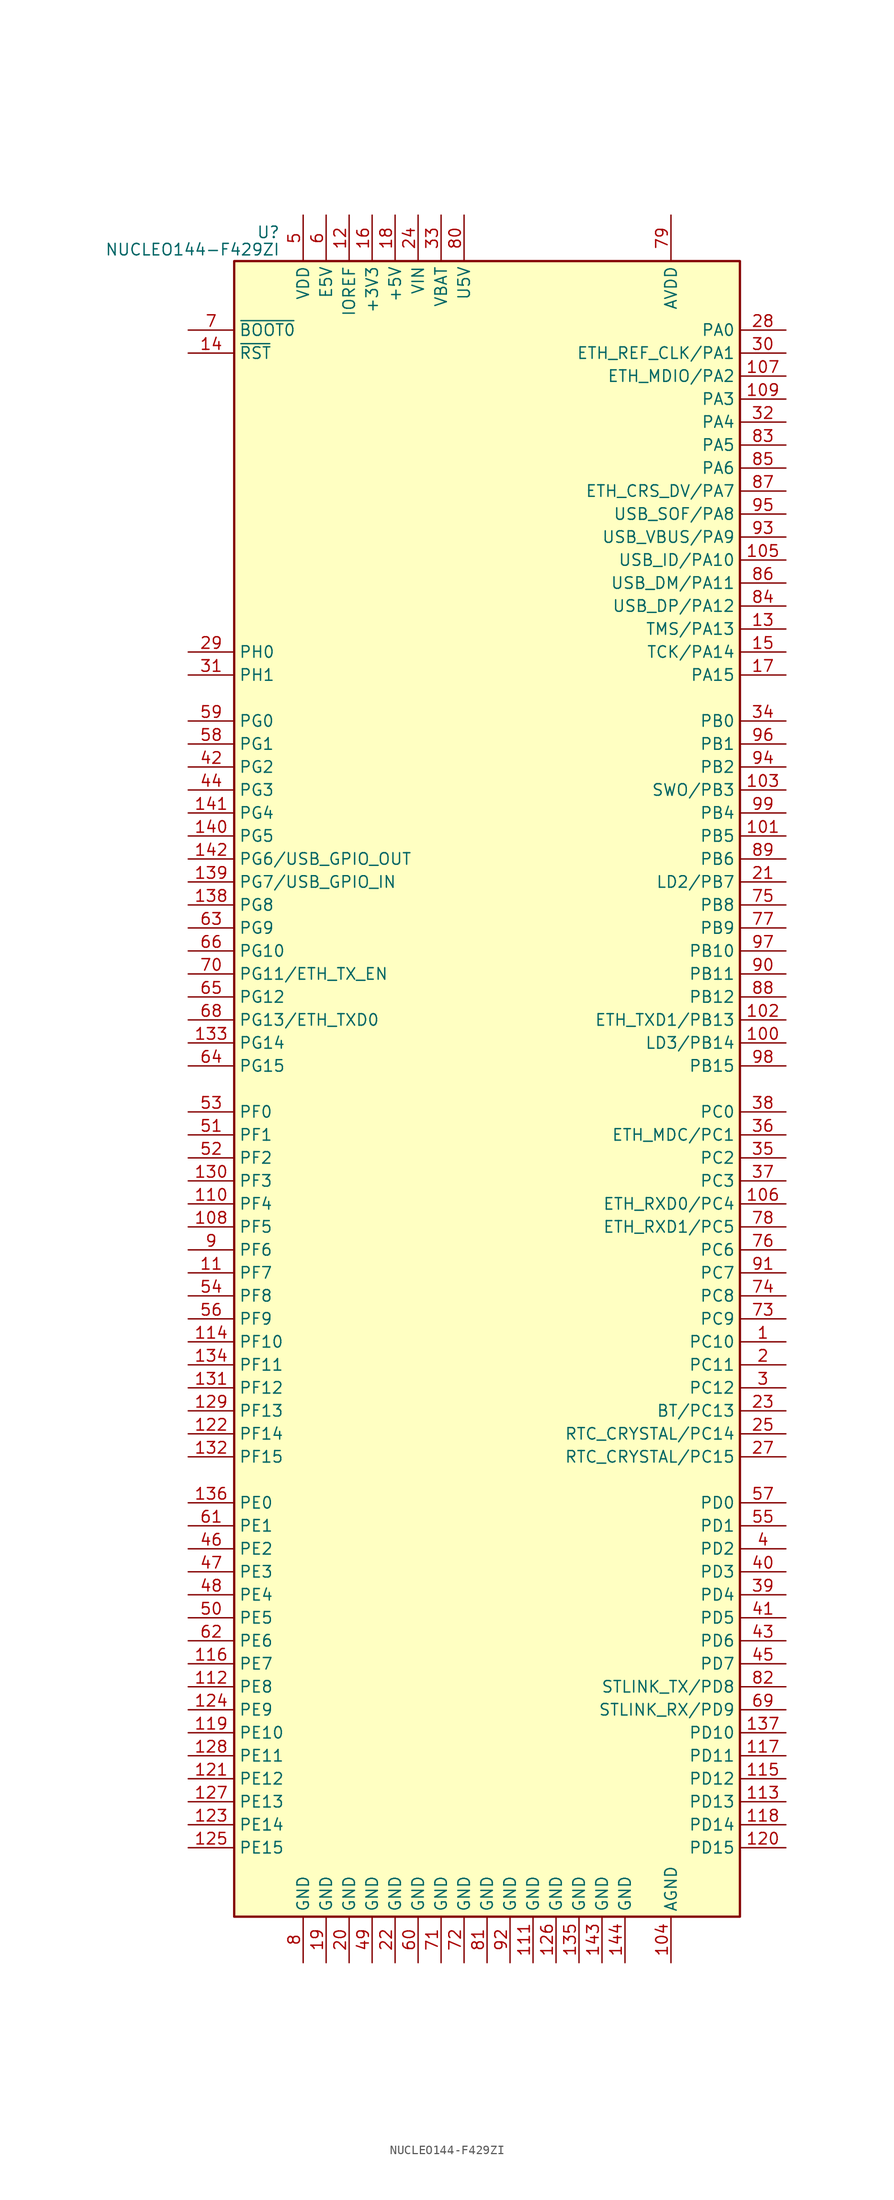
<source format=kicad_sym>
(kicad_symbol_lib
  (version 20231120)
  (generator "kicad_symbol_editor")
  (generator_version "8.0")
  (symbol "NUCLEO144-F429ZI"
    (property "Reference" "U"
      (at -22.86 94.615 0)
      (effects (font (size 1.27 1.27)) (justify right)))
    (property "Value" "NUCLEO144-F429ZI"
      (at -22.86 92.71 0)
      (effects (font (size 1.27 1.27)) (justify right)))
    (symbol "NUCLEO144-F429ZI_0_1"
      (rectangle (start -27.94 -91.44) (end 27.94 91.44) (stroke (width 0.254) (type default)) (fill (type background))))
    (symbol "NUCLEO144-F429ZI_1_1"
      (pin bidirectional line (at 33.02 -27.94 180) (length 5.08) (name "PC10" (effects (font (size 1.27 1.27)))) (number "1" (effects (font (size 1.27 1.27)))))
      (pin no_connect line (at -27.94 55.88 0) (length 5.08) hide (name "NC" (effects (font (size 1.27 1.27)))) (number "10" (effects (font (size 1.27 1.27)))))
      (pin bidirectional line (at 33.02 5.08 180) (length 5.08) (name "LD3/PB14" (effects (font (size 1.27 1.27)))) (number "100" (effects (font (size 1.27 1.27)))))
      (pin bidirectional line (at 33.02 27.94 180) (length 5.08) (name "PB5" (effects (font (size 1.27 1.27)))) (number "101" (effects (font (size 1.27 1.27)))))
      (pin bidirectional line (at 33.02 7.62 180) (length 5.08) (name "ETH_TXD1/PB13" (effects (font (size 1.27 1.27)))) (number "102" (effects (font (size 1.27 1.27)))))
      (pin bidirectional line (at 33.02 33.02 180) (length 5.08) (name "SWO/PB3" (effects (font (size 1.27 1.27)))) (number "103" (effects (font (size 1.27 1.27)))))
      (pin power_in line (at 20.32 -96.52 90) (length 5.08) (name "AGND" (effects (font (size 1.27 1.27)))) (number "104" (effects (font (size 1.27 1.27)))))
      (pin bidirectional line (at 33.02 58.42 180) (length 5.08) (name "USB_ID/PA10" (effects (font (size 1.27 1.27)))) (number "105" (effects (font (size 1.27 1.27)))))
      (pin bidirectional line (at 33.02 -12.7 180) (length 5.08) (name "ETH_RXD0/PC4" (effects (font (size 1.27 1.27)))) (number "106" (effects (font (size 1.27 1.27)))))
      (pin bidirectional line (at 33.02 78.74 180) (length 5.08) (name "ETH_MDIO/PA2" (effects (font (size 1.27 1.27)))) (number "107" (effects (font (size 1.27 1.27)))))
      (pin bidirectional line (at -33.02 -15.24 0) (length 5.08) (name "PF5" (effects (font (size 1.27 1.27)))) (number "108" (effects (font (size 1.27 1.27)))))
      (pin bidirectional line (at 33.02 76.2 180) (length 5.08) (name "PA3" (effects (font (size 1.27 1.27)))) (number "109" (effects (font (size 1.27 1.27)))))
      (pin bidirectional line (at -33.02 -20.32 0) (length 5.08) (name "PF7" (effects (font (size 1.27 1.27)))) (number "11" (effects (font (size 1.27 1.27)))))
      (pin bidirectional line (at -33.02 -12.7 0) (length 5.08) (name "PF4" (effects (font (size 1.27 1.27)))) (number "110" (effects (font (size 1.27 1.27)))))
      (pin power_in line (at 5.08 -96.52 90) (length 5.08) (name "GND" (effects (font (size 1.27 1.27)))) (number "111" (effects (font (size 1.27 1.27)))))
      (pin bidirectional line (at -33.02 -66.04 0) (length 5.08) (name "PE8" (effects (font (size 1.27 1.27)))) (number "112" (effects (font (size 1.27 1.27)))))
      (pin bidirectional line (at 33.02 -78.74 180) (length 5.08) (name "PD13" (effects (font (size 1.27 1.27)))) (number "113" (effects (font (size 1.27 1.27)))))
      (pin bidirectional line (at -33.02 -27.94 0) (length 5.08) (name "PF10" (effects (font (size 1.27 1.27)))) (number "114" (effects (font (size 1.27 1.27)))))
      (pin bidirectional line (at 33.02 -76.2 180) (length 5.08) (name "PD12" (effects (font (size 1.27 1.27)))) (number "115" (effects (font (size 1.27 1.27)))))
      (pin bidirectional line (at -33.02 -63.5 0) (length 5.08) (name "PE7" (effects (font (size 1.27 1.27)))) (number "116" (effects (font (size 1.27 1.27)))))
      (pin bidirectional line (at 33.02 -73.66 180) (length 5.08) (name "PD11" (effects (font (size 1.27 1.27)))) (number "117" (effects (font (size 1.27 1.27)))))
      (pin bidirectional line (at 33.02 -81.28 180) (length 5.08) (name "PD14" (effects (font (size 1.27 1.27)))) (number "118" (effects (font (size 1.27 1.27)))))
      (pin bidirectional line (at -33.02 -71.12 0) (length 5.08) (name "PE10" (effects (font (size 1.27 1.27)))) (number "119" (effects (font (size 1.27 1.27)))))
      (pin power_in line (at -15.24 96.52 270) (length 5.08) (name "IOREF" (effects (font (size 1.27 1.27)))) (number "12" (effects (font (size 1.27 1.27)))))
      (pin bidirectional line (at 33.02 -83.82 180) (length 5.08) (name "PD15" (effects (font (size 1.27 1.27)))) (number "120" (effects (font (size 1.27 1.27)))))
      (pin bidirectional line (at -33.02 -76.2 0) (length 5.08) (name "PE12" (effects (font (size 1.27 1.27)))) (number "121" (effects (font (size 1.27 1.27)))))
      (pin bidirectional line (at -33.02 -38.1 0) (length 5.08) (name "PF14" (effects (font (size 1.27 1.27)))) (number "122" (effects (font (size 1.27 1.27)))))
      (pin bidirectional line (at -33.02 -81.28 0) (length 5.08) (name "PE14" (effects (font (size 1.27 1.27)))) (number "123" (effects (font (size 1.27 1.27)))))
      (pin bidirectional line (at -33.02 -68.58 0) (length 5.08) (name "PE9" (effects (font (size 1.27 1.27)))) (number "124" (effects (font (size 1.27 1.27)))))
      (pin bidirectional line (at -33.02 -83.82 0) (length 5.08) (name "PE15" (effects (font (size 1.27 1.27)))) (number "125" (effects (font (size 1.27 1.27)))))
      (pin power_in line (at 7.62 -96.52 90) (length 5.08) (name "GND" (effects (font (size 1.27 1.27)))) (number "126" (effects (font (size 1.27 1.27)))))
      (pin bidirectional line (at -33.02 -78.74 0) (length 5.08) (name "PE13" (effects (font (size 1.27 1.27)))) (number "127" (effects (font (size 1.27 1.27)))))
      (pin bidirectional line (at -33.02 -73.66 0) (length 5.08) (name "PE11" (effects (font (size 1.27 1.27)))) (number "128" (effects (font (size 1.27 1.27)))))
      (pin bidirectional line (at -33.02 -35.56 0) (length 5.08) (name "PF13" (effects (font (size 1.27 1.27)))) (number "129" (effects (font (size 1.27 1.27)))))
      (pin bidirectional line (at 33.02 50.8 180) (length 5.08) (name "TMS/PA13" (effects (font (size 1.27 1.27)))) (number "13" (effects (font (size 1.27 1.27)))))
      (pin bidirectional line (at -33.02 -10.16 0) (length 5.08) (name "PF3" (effects (font (size 1.27 1.27)))) (number "130" (effects (font (size 1.27 1.27)))))
      (pin bidirectional line (at -33.02 -33.02 0) (length 5.08) (name "PF12" (effects (font (size 1.27 1.27)))) (number "131" (effects (font (size 1.27 1.27)))))
      (pin bidirectional line (at -33.02 -40.64 0) (length 5.08) (name "PF15" (effects (font (size 1.27 1.27)))) (number "132" (effects (font (size 1.27 1.27)))))
      (pin bidirectional line (at -33.02 5.08 0) (length 5.08) (name "PG14" (effects (font (size 1.27 1.27)))) (number "133" (effects (font (size 1.27 1.27)))))
      (pin bidirectional line (at -33.02 -30.48 0) (length 5.08) (name "PF11" (effects (font (size 1.27 1.27)))) (number "134" (effects (font (size 1.27 1.27)))))
      (pin power_in line (at 10.16 -96.52 90) (length 5.08) (name "GND" (effects (font (size 1.27 1.27)))) (number "135" (effects (font (size 1.27 1.27)))))
      (pin bidirectional line (at -33.02 -45.72 0) (length 5.08) (name "PE0" (effects (font (size 1.27 1.27)))) (number "136" (effects (font (size 1.27 1.27)))))
      (pin bidirectional line (at 33.02 -71.12 180) (length 5.08) (name "PD10" (effects (font (size 1.27 1.27)))) (number "137" (effects (font (size 1.27 1.27)))))
      (pin bidirectional line (at -33.02 20.32 0) (length 5.08) (name "PG8" (effects (font (size 1.27 1.27)))) (number "138" (effects (font (size 1.27 1.27)))))
      (pin bidirectional line (at -33.02 22.86 0) (length 5.08) (name "PG7/USB_GPIO_IN" (effects (font (size 1.27 1.27)))) (number "139" (effects (font (size 1.27 1.27)))))
      (pin input line (at -33.02 81.28 0) (length 5.08) (name "~{RST}" (effects (font (size 1.27 1.27)))) (number "14" (effects (font (size 1.27 1.27)))))
      (pin bidirectional line (at -33.02 27.94 0) (length 5.08) (name "PG5" (effects (font (size 1.27 1.27)))) (number "140" (effects (font (size 1.27 1.27)))))
      (pin bidirectional line (at -33.02 30.48 0) (length 5.08) (name "PG4" (effects (font (size 1.27 1.27)))) (number "141" (effects (font (size 1.27 1.27)))))
      (pin bidirectional line (at -33.02 25.4 0) (length 5.08) (name "PG6/USB_GPIO_OUT" (effects (font (size 1.27 1.27)))) (number "142" (effects (font (size 1.27 1.27)))))
      (pin power_in line (at 12.7 -96.52 90) (length 5.08) (name "GND" (effects (font (size 1.27 1.27)))) (number "143" (effects (font (size 1.27 1.27)))))
      (pin power_in line (at 15.24 -96.52 90) (length 5.08) (name "GND" (effects (font (size 1.27 1.27)))) (number "144" (effects (font (size 1.27 1.27)))))
      (pin bidirectional line (at 33.02 48.26 180) (length 5.08) (name "TCK/PA14" (effects (font (size 1.27 1.27)))) (number "15" (effects (font (size 1.27 1.27)))))
      (pin power_in line (at -12.7 96.52 270) (length 5.08) (name "+3V3" (effects (font (size 1.27 1.27)))) (number "16" (effects (font (size 1.27 1.27)))))
      (pin bidirectional line (at 33.02 45.72 180) (length 5.08) (name "PA15" (effects (font (size 1.27 1.27)))) (number "17" (effects (font (size 1.27 1.27)))))
      (pin power_in line (at -10.16 96.52 270) (length 5.08) (name "+5V" (effects (font (size 1.27 1.27)))) (number "18" (effects (font (size 1.27 1.27)))))
      (pin power_in line (at -17.78 -96.52 90) (length 5.08) (name "GND" (effects (font (size 1.27 1.27)))) (number "19" (effects (font (size 1.27 1.27)))))
      (pin bidirectional line (at 33.02 -30.48 180) (length 5.08) (name "PC11" (effects (font (size 1.27 1.27)))) (number "2" (effects (font (size 1.27 1.27)))))
      (pin power_in line (at -15.24 -96.52 90) (length 5.08) (name "GND" (effects (font (size 1.27 1.27)))) (number "20" (effects (font (size 1.27 1.27)))))
      (pin bidirectional line (at 33.02 22.86 180) (length 5.08) (name "LD2/PB7" (effects (font (size 1.27 1.27)))) (number "21" (effects (font (size 1.27 1.27)))))
      (pin power_in line (at -10.16 -96.52 90) (length 5.08) (name "GND" (effects (font (size 1.27 1.27)))) (number "22" (effects (font (size 1.27 1.27)))))
      (pin bidirectional line (at 33.02 -35.56 180) (length 5.08) (name "BT/PC13" (effects (font (size 1.27 1.27)))) (number "23" (effects (font (size 1.27 1.27)))))
      (pin power_in line (at -7.62 96.52 270) (length 5.08) (name "VIN" (effects (font (size 1.27 1.27)))) (number "24" (effects (font (size 1.27 1.27)))))
      (pin bidirectional line (at 33.02 -38.1 180) (length 5.08) (name "RTC_CRYSTAL/PC14" (effects (font (size 1.27 1.27)))) (number "25" (effects (font (size 1.27 1.27)))))
      (pin no_connect line (at -27.94 58.42 0) (length 5.08) hide (name "NC" (effects (font (size 1.27 1.27)))) (number "26" (effects (font (size 1.27 1.27)))))
      (pin bidirectional line (at 33.02 -40.64 180) (length 5.08) (name "RTC_CRYSTAL/PC15" (effects (font (size 1.27 1.27)))) (number "27" (effects (font (size 1.27 1.27)))))
      (pin bidirectional line (at 33.02 83.82 180) (length 5.08) (name "PA0" (effects (font (size 1.27 1.27)))) (number "28" (effects (font (size 1.27 1.27)))))
      (pin bidirectional line (at -33.02 48.26 0) (length 5.08) (name "PH0" (effects (font (size 1.27 1.27)))) (number "29" (effects (font (size 1.27 1.27)))))
      (pin bidirectional line (at 33.02 -33.02 180) (length 5.08) (name "PC12" (effects (font (size 1.27 1.27)))) (number "3" (effects (font (size 1.27 1.27)))))
      (pin bidirectional line (at 33.02 81.28 180) (length 5.08) (name "ETH_REF_CLK/PA1" (effects (font (size 1.27 1.27)))) (number "30" (effects (font (size 1.27 1.27)))))
      (pin bidirectional line (at -33.02 45.72 0) (length 5.08) (name "PH1" (effects (font (size 1.27 1.27)))) (number "31" (effects (font (size 1.27 1.27)))))
      (pin bidirectional line (at 33.02 73.66 180) (length 5.08) (name "PA4" (effects (font (size 1.27 1.27)))) (number "32" (effects (font (size 1.27 1.27)))))
      (pin power_in line (at -5.08 96.52 270) (length 5.08) (name "VBAT" (effects (font (size 1.27 1.27)))) (number "33" (effects (font (size 1.27 1.27)))))
      (pin bidirectional line (at 33.02 40.64 180) (length 5.08) (name "PB0" (effects (font (size 1.27 1.27)))) (number "34" (effects (font (size 1.27 1.27)))))
      (pin bidirectional line (at 33.02 -7.62 180) (length 5.08) (name "PC2" (effects (font (size 1.27 1.27)))) (number "35" (effects (font (size 1.27 1.27)))))
      (pin bidirectional line (at 33.02 -5.08 180) (length 5.08) (name "ETH_MDC/PC1" (effects (font (size 1.27 1.27)))) (number "36" (effects (font (size 1.27 1.27)))))
      (pin bidirectional line (at 33.02 -10.16 180) (length 5.08) (name "PC3" (effects (font (size 1.27 1.27)))) (number "37" (effects (font (size 1.27 1.27)))))
      (pin bidirectional line (at 33.02 -2.54 180) (length 5.08) (name "PC0" (effects (font (size 1.27 1.27)))) (number "38" (effects (font (size 1.27 1.27)))))
      (pin bidirectional line (at 33.02 -55.88 180) (length 5.08) (name "PD4" (effects (font (size 1.27 1.27)))) (number "39" (effects (font (size 1.27 1.27)))))
      (pin bidirectional line (at 33.02 -50.8 180) (length 5.08) (name "PD2" (effects (font (size 1.27 1.27)))) (number "4" (effects (font (size 1.27 1.27)))))
      (pin bidirectional line (at 33.02 -53.34 180) (length 5.08) (name "PD3" (effects (font (size 1.27 1.27)))) (number "40" (effects (font (size 1.27 1.27)))))
      (pin bidirectional line (at 33.02 -58.42 180) (length 5.08) (name "PD5" (effects (font (size 1.27 1.27)))) (number "41" (effects (font (size 1.27 1.27)))))
      (pin bidirectional line (at -33.02 35.56 0) (length 5.08) (name "PG2" (effects (font (size 1.27 1.27)))) (number "42" (effects (font (size 1.27 1.27)))))
      (pin bidirectional line (at 33.02 -60.96 180) (length 5.08) (name "PD6" (effects (font (size 1.27 1.27)))) (number "43" (effects (font (size 1.27 1.27)))))
      (pin bidirectional line (at -33.02 33.02 0) (length 5.08) (name "PG3" (effects (font (size 1.27 1.27)))) (number "44" (effects (font (size 1.27 1.27)))))
      (pin bidirectional line (at 33.02 -63.5 180) (length 5.08) (name "PD7" (effects (font (size 1.27 1.27)))) (number "45" (effects (font (size 1.27 1.27)))))
      (pin bidirectional line (at -33.02 -50.8 0) (length 5.08) (name "PE2" (effects (font (size 1.27 1.27)))) (number "46" (effects (font (size 1.27 1.27)))))
      (pin bidirectional line (at -33.02 -53.34 0) (length 5.08) (name "PE3" (effects (font (size 1.27 1.27)))) (number "47" (effects (font (size 1.27 1.27)))))
      (pin bidirectional line (at -33.02 -55.88 0) (length 5.08) (name "PE4" (effects (font (size 1.27 1.27)))) (number "48" (effects (font (size 1.27 1.27)))))
      (pin power_in line (at -12.7 -96.52 90) (length 5.08) (name "GND" (effects (font (size 1.27 1.27)))) (number "49" (effects (font (size 1.27 1.27)))))
      (pin power_in line (at -20.32 96.52 270) (length 5.08) (name "VDD" (effects (font (size 1.27 1.27)))) (number "5" (effects (font (size 1.27 1.27)))))
      (pin bidirectional line (at -33.02 -58.42 0) (length 5.08) (name "PE5" (effects (font (size 1.27 1.27)))) (number "50" (effects (font (size 1.27 1.27)))))
      (pin bidirectional line (at -33.02 -5.08 0) (length 5.08) (name "PF1" (effects (font (size 1.27 1.27)))) (number "51" (effects (font (size 1.27 1.27)))))
      (pin bidirectional line (at -33.02 -7.62 0) (length 5.08) (name "PF2" (effects (font (size 1.27 1.27)))) (number "52" (effects (font (size 1.27 1.27)))))
      (pin bidirectional line (at -33.02 -2.54 0) (length 5.08) (name "PF0" (effects (font (size 1.27 1.27)))) (number "53" (effects (font (size 1.27 1.27)))))
      (pin bidirectional line (at -33.02 -22.86 0) (length 5.08) (name "PF8" (effects (font (size 1.27 1.27)))) (number "54" (effects (font (size 1.27 1.27)))))
      (pin bidirectional line (at 33.02 -48.26 180) (length 5.08) (name "PD1" (effects (font (size 1.27 1.27)))) (number "55" (effects (font (size 1.27 1.27)))))
      (pin bidirectional line (at -33.02 -25.4 0) (length 5.08) (name "PF9" (effects (font (size 1.27 1.27)))) (number "56" (effects (font (size 1.27 1.27)))))
      (pin bidirectional line (at 33.02 -45.72 180) (length 5.08) (name "PD0" (effects (font (size 1.27 1.27)))) (number "57" (effects (font (size 1.27 1.27)))))
      (pin bidirectional line (at -33.02 38.1 0) (length 5.08) (name "PG1" (effects (font (size 1.27 1.27)))) (number "58" (effects (font (size 1.27 1.27)))))
      (pin bidirectional line (at -33.02 40.64 0) (length 5.08) (name "PG0" (effects (font (size 1.27 1.27)))) (number "59" (effects (font (size 1.27 1.27)))))
      (pin power_in line (at -17.78 96.52 270) (length 5.08) (name "E5V" (effects (font (size 1.27 1.27)))) (number "6" (effects (font (size 1.27 1.27)))))
      (pin power_in line (at -7.62 -96.52 90) (length 5.08) (name "GND" (effects (font (size 1.27 1.27)))) (number "60" (effects (font (size 1.27 1.27)))))
      (pin bidirectional line (at -33.02 -48.26 0) (length 5.08) (name "PE1" (effects (font (size 1.27 1.27)))) (number "61" (effects (font (size 1.27 1.27)))))
      (pin bidirectional line (at -33.02 -60.96 0) (length 5.08) (name "PE6" (effects (font (size 1.27 1.27)))) (number "62" (effects (font (size 1.27 1.27)))))
      (pin bidirectional line (at -33.02 17.78 0) (length 5.08) (name "PG9" (effects (font (size 1.27 1.27)))) (number "63" (effects (font (size 1.27 1.27)))))
      (pin bidirectional line (at -33.02 2.54 0) (length 5.08) (name "PG15" (effects (font (size 1.27 1.27)))) (number "64" (effects (font (size 1.27 1.27)))))
      (pin bidirectional line (at -33.02 10.16 0) (length 5.08) (name "PG12" (effects (font (size 1.27 1.27)))) (number "65" (effects (font (size 1.27 1.27)))))
      (pin bidirectional line (at -33.02 15.24 0) (length 5.08) (name "PG10" (effects (font (size 1.27 1.27)))) (number "66" (effects (font (size 1.27 1.27)))))
      (pin no_connect line (at -27.94 53.34 0) (length 5.08) hide (name "NC" (effects (font (size 1.27 1.27)))) (number "67" (effects (font (size 1.27 1.27)))))
      (pin bidirectional line (at -33.02 7.62 0) (length 5.08) (name "PG13/ETH_TXD0" (effects (font (size 1.27 1.27)))) (number "68" (effects (font (size 1.27 1.27)))))
      (pin bidirectional line (at 33.02 -68.58 180) (length 5.08) (name "STLINK_RX/PD9" (effects (font (size 1.27 1.27)))) (number "69" (effects (font (size 1.27 1.27)))))
      (pin input line (at -33.02 83.82 0) (length 5.08) (name "~{BOOT0}" (effects (font (size 1.27 1.27)))) (number "7" (effects (font (size 1.27 1.27)))))
      (pin bidirectional line (at -33.02 12.7 0) (length 5.08) (name "PG11/ETH_TX_EN" (effects (font (size 1.27 1.27)))) (number "70" (effects (font (size 1.27 1.27)))))
      (pin power_in line (at -5.08 -96.52 90) (length 5.08) (name "GND" (effects (font (size 1.27 1.27)))) (number "71" (effects (font (size 1.27 1.27)))))
      (pin power_in line (at -2.54 -96.52 90) (length 5.08) (name "GND" (effects (font (size 1.27 1.27)))) (number "72" (effects (font (size 1.27 1.27)))))
      (pin bidirectional line (at 33.02 -25.4 180) (length 5.08) (name "PC9" (effects (font (size 1.27 1.27)))) (number "73" (effects (font (size 1.27 1.27)))))
      (pin bidirectional line (at 33.02 -22.86 180) (length 5.08) (name "PC8" (effects (font (size 1.27 1.27)))) (number "74" (effects (font (size 1.27 1.27)))))
      (pin bidirectional line (at 33.02 20.32 180) (length 5.08) (name "PB8" (effects (font (size 1.27 1.27)))) (number "75" (effects (font (size 1.27 1.27)))))
      (pin bidirectional line (at 33.02 -17.78 180) (length 5.08) (name "PC6" (effects (font (size 1.27 1.27)))) (number "76" (effects (font (size 1.27 1.27)))))
      (pin bidirectional line (at 33.02 17.78 180) (length 5.08) (name "PB9" (effects (font (size 1.27 1.27)))) (number "77" (effects (font (size 1.27 1.27)))))
      (pin bidirectional line (at 33.02 -15.24 180) (length 5.08) (name "ETH_RXD1/PC5" (effects (font (size 1.27 1.27)))) (number "78" (effects (font (size 1.27 1.27)))))
      (pin power_in line (at 20.32 96.52 270) (length 5.08) (name "AVDD" (effects (font (size 1.27 1.27)))) (number "79" (effects (font (size 1.27 1.27)))))
      (pin power_in line (at -20.32 -96.52 90) (length 5.08) (name "GND" (effects (font (size 1.27 1.27)))) (number "8" (effects (font (size 1.27 1.27)))))
      (pin power_in line (at -2.54 96.52 270) (length 5.08) (name "U5V" (effects (font (size 1.27 1.27)))) (number "80" (effects (font (size 1.27 1.27)))))
      (pin power_in line (at 0 -96.52 90) (length 5.08) (name "GND" (effects (font (size 1.27 1.27)))) (number "81" (effects (font (size 1.27 1.27)))))
      (pin bidirectional line (at 33.02 -66.04 180) (length 5.08) (name "STLINK_TX/PD8" (effects (font (size 1.27 1.27)))) (number "82" (effects (font (size 1.27 1.27)))))
      (pin bidirectional line (at 33.02 71.12 180) (length 5.08) (name "PA5" (effects (font (size 1.27 1.27)))) (number "83" (effects (font (size 1.27 1.27)))))
      (pin bidirectional line (at 33.02 53.34 180) (length 5.08) (name "USB_DP/PA12" (effects (font (size 1.27 1.27)))) (number "84" (effects (font (size 1.27 1.27)))))
      (pin bidirectional line (at 33.02 68.58 180) (length 5.08) (name "PA6" (effects (font (size 1.27 1.27)))) (number "85" (effects (font (size 1.27 1.27)))))
      (pin bidirectional line (at 33.02 55.88 180) (length 5.08) (name "USB_DM/PA11" (effects (font (size 1.27 1.27)))) (number "86" (effects (font (size 1.27 1.27)))))
      (pin bidirectional line (at 33.02 66.04 180) (length 5.08) (name "ETH_CRS_DV/PA7" (effects (font (size 1.27 1.27)))) (number "87" (effects (font (size 1.27 1.27)))))
      (pin bidirectional line (at 33.02 10.16 180) (length 5.08) (name "PB12" (effects (font (size 1.27 1.27)))) (number "88" (effects (font (size 1.27 1.27)))))
      (pin bidirectional line (at 33.02 25.4 180) (length 5.08) (name "PB6" (effects (font (size 1.27 1.27)))) (number "89" (effects (font (size 1.27 1.27)))))
      (pin bidirectional line (at -33.02 -17.78 0) (length 5.08) (name "PF6" (effects (font (size 1.27 1.27)))) (number "9" (effects (font (size 1.27 1.27)))))
      (pin bidirectional line (at 33.02 12.7 180) (length 5.08) (name "PB11" (effects (font (size 1.27 1.27)))) (number "90" (effects (font (size 1.27 1.27)))))
      (pin bidirectional line (at 33.02 -20.32 180) (length 5.08) (name "PC7" (effects (font (size 1.27 1.27)))) (number "91" (effects (font (size 1.27 1.27)))))
      (pin power_in line (at 2.54 -96.52 90) (length 5.08) (name "GND" (effects (font (size 1.27 1.27)))) (number "92" (effects (font (size 1.27 1.27)))))
      (pin bidirectional line (at 33.02 60.96 180) (length 5.08) (name "USB_VBUS/PA9" (effects (font (size 1.27 1.27)))) (number "93" (effects (font (size 1.27 1.27)))))
      (pin bidirectional line (at 33.02 35.56 180) (length 5.08) (name "PB2" (effects (font (size 1.27 1.27)))) (number "94" (effects (font (size 1.27 1.27)))))
      (pin bidirectional line (at 33.02 63.5 180) (length 5.08) (name "USB_SOF/PA8" (effects (font (size 1.27 1.27)))) (number "95" (effects (font (size 1.27 1.27)))))
      (pin bidirectional line (at 33.02 38.1 180) (length 5.08) (name "PB1" (effects (font (size 1.27 1.27)))) (number "96" (effects (font (size 1.27 1.27)))))
      (pin bidirectional line (at 33.02 15.24 180) (length 5.08) (name "PB10" (effects (font (size 1.27 1.27)))) (number "97" (effects (font (size 1.27 1.27)))))
      (pin bidirectional line (at 33.02 2.54 180) (length 5.08) (name "PB15" (effects (font (size 1.27 1.27)))) (number "98" (effects (font (size 1.27 1.27)))))
      (pin bidirectional line (at 33.02 30.48 180) (length 5.08) (name "PB4" (effects (font (size 1.27 1.27)))) (number "99" (effects (font (size 1.27 1.27))))))))
</source>
